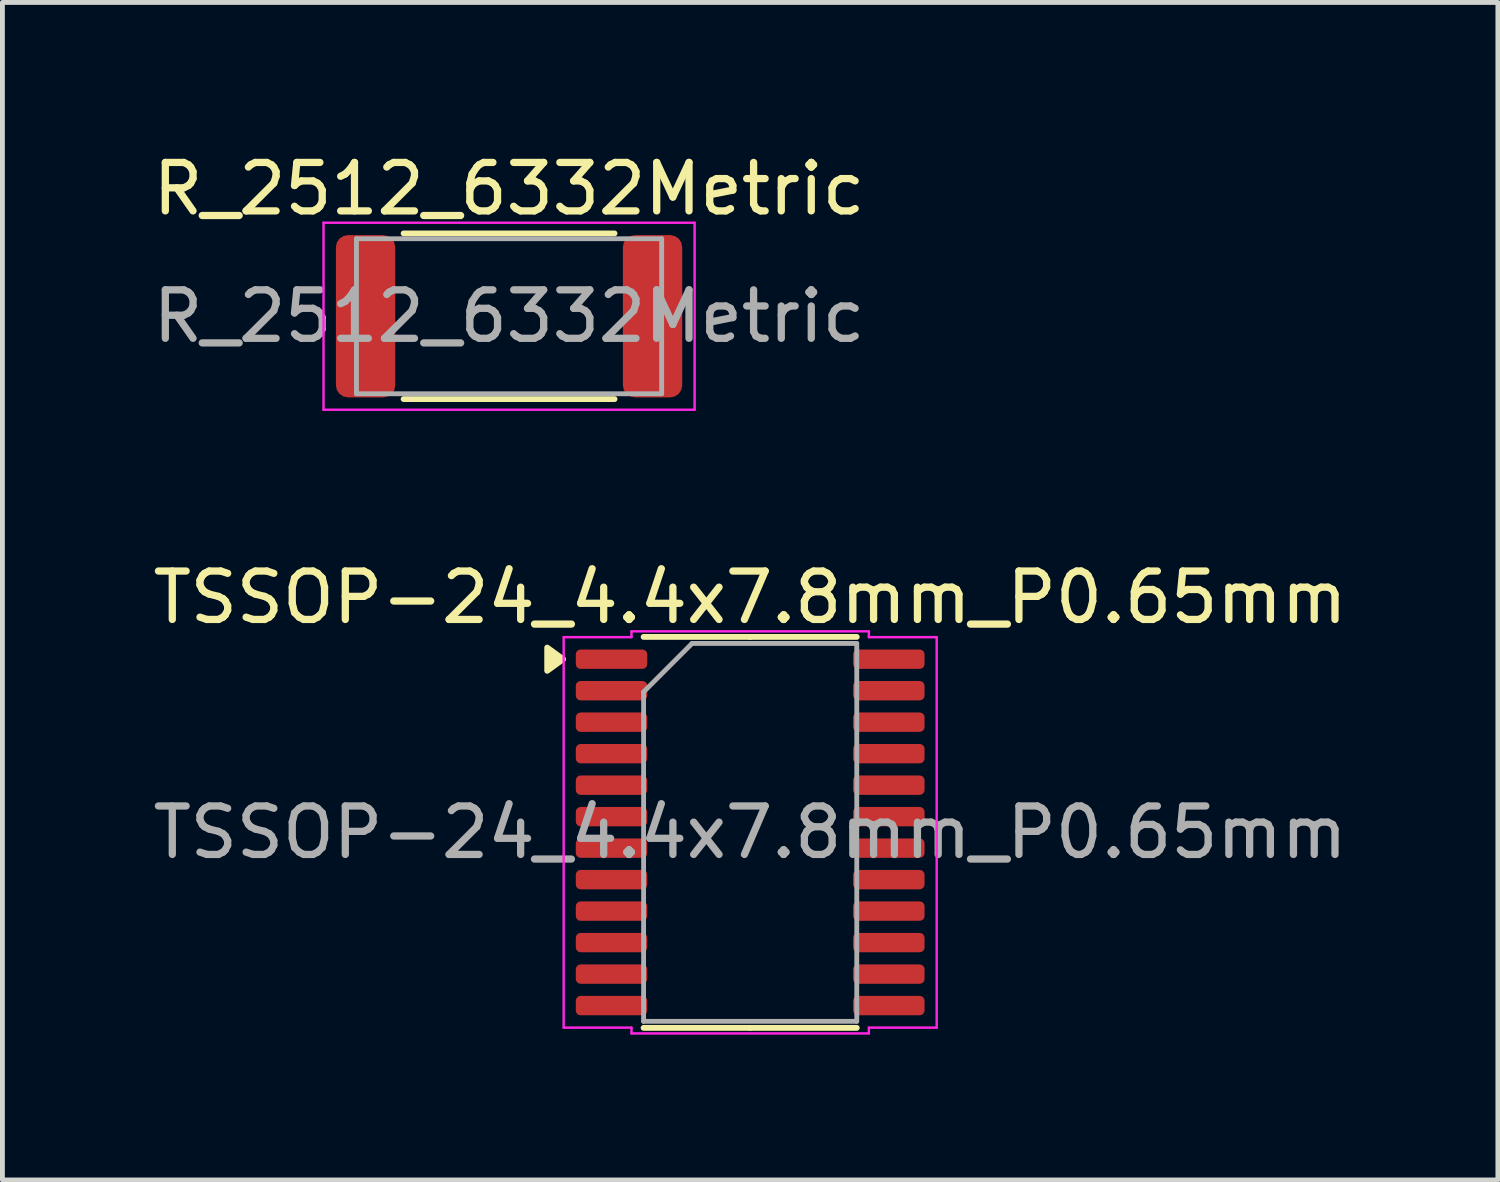
<source format=kicad_pcb>
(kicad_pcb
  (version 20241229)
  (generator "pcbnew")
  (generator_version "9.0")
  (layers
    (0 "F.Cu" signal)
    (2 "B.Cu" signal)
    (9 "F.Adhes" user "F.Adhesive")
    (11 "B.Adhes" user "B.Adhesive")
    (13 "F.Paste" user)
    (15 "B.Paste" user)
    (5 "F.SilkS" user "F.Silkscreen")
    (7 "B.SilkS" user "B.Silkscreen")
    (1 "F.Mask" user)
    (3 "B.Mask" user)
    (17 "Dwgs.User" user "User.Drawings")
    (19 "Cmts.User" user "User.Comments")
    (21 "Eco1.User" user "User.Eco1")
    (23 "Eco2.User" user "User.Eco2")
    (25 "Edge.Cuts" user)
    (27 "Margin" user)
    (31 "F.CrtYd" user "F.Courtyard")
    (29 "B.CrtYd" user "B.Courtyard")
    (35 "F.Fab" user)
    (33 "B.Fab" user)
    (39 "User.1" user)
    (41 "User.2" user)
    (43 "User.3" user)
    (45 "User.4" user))
  (footprint "TSSOP-24_4.4x7.8mm_P0.65mm"
    (layer "F.Cu")
    (at 12.435 14.132)
    (property "Reference" "TSSOP-24_4.4x7.8mm_P0.65mm" (at 0 -4.85 0) (layer "F.SilkS") (effects (font (size 1 1) (thickness 0.15))))
    (attr smd)
    (fp_line (start 0 -4.035) (end -2.2 -4.035) (stroke (width 0.12) (type solid)) (layer "F.SilkS"))
    (fp_line (start 0 -4.035) (end 2.2 -4.035) (stroke (width 0.12) (type solid)) (layer "F.SilkS"))
    (fp_line (start 0 4.035) (end -2.2 4.035) (stroke (width 0.12) (type solid)) (layer "F.SilkS"))
    (fp_line (start 0 4.035) (end 2.2 4.035) (stroke (width 0.12) (type solid)) (layer "F.SilkS"))
    (fp_poly (pts (xy -3.86 -3.575) (xy -4.19 -3.335) (xy -4.19 -3.815)) (stroke (width 0.12) (type solid)) (fill yes) (layer "F.SilkS"))
    (fp_line (start -3.85 -4.03) (end -2.45 -4.03) (stroke (width 0.05) (type solid)) (layer "F.CrtYd"))
    (fp_line (start -3.85 4.03) (end -3.85 -4.03) (stroke (width 0.05) (type solid)) (layer "F.CrtYd"))
    (fp_line (start -2.45 -4.15) (end 2.45 -4.15) (stroke (width 0.05) (type solid)) (layer "F.CrtYd"))
    (fp_line (start -2.45 -4.03) (end -2.45 -4.15) (stroke (width 0.05) (type solid)) (layer "F.CrtYd"))
    (fp_line (start -2.45 4.03) (end -3.85 4.03) (stroke (width 0.05) (type solid)) (layer "F.CrtYd"))
    (fp_line (start -2.45 4.15) (end -2.45 4.03) (stroke (width 0.05) (type solid)) (layer "F.CrtYd"))
    (fp_line (start 2.45 -4.15) (end 2.45 -4.03) (stroke (width 0.05) (type solid)) (layer "F.CrtYd"))
    (fp_line (start 2.45 -4.03) (end 3.85 -4.03) (stroke (width 0.05) (type solid)) (layer "F.CrtYd"))
    (fp_line (start 2.45 4.03) (end 2.45 4.15) (stroke (width 0.05) (type solid)) (layer "F.CrtYd"))
    (fp_line (start 2.45 4.15) (end -2.45 4.15) (stroke (width 0.05) (type solid)) (layer "F.CrtYd"))
    (fp_line (start 3.85 -4.03) (end 3.85 4.03) (stroke (width 0.05) (type solid)) (layer "F.CrtYd"))
    (fp_line (start 3.85 4.03) (end 2.45 4.03) (stroke (width 0.05) (type solid)) (layer "F.CrtYd"))
    (fp_line (start -2.2 -2.9) (end -1.2 -3.9) (stroke (width 0.1) (type solid)) (layer "F.Fab"))
    (fp_line (start -2.2 3.9) (end -2.2 -2.9) (stroke (width 0.1) (type solid)) (layer "F.Fab"))
    (fp_line (start -1.2 -3.9) (end 2.2 -3.9) (stroke (width 0.1) (type solid)) (layer "F.Fab"))
    (fp_line (start 2.2 -3.9) (end 2.2 3.9) (stroke (width 0.1) (type solid)) (layer "F.Fab"))
    (fp_line (start 2.2 3.9) (end -2.2 3.9) (stroke (width 0.1) (type solid)) (layer "F.Fab"))
    (fp_text user "${REFERENCE}" (at 0 0 0) (layer "F.Fab") (effects (font (size 1 1) (thickness 0.15))))
    (pad "1" smd roundrect (at -2.862 -3.575) (size 1.475 0.4) (layers "F.Cu" "F.Mask" "F.Paste") (roundrect_rratio 0.25))
    (pad "2" smd roundrect (at -2.862 -2.925) (size 1.475 0.4) (layers "F.Cu" "F.Mask" "F.Paste") (roundrect_rratio 0.25))
    (pad "3" smd roundrect (at -2.862 -2.275) (size 1.475 0.4) (layers "F.Cu" "F.Mask" "F.Paste") (roundrect_rratio 0.25))
    (pad "4" smd roundrect (at -2.862 -1.625) (size 1.475 0.4) (layers "F.Cu" "F.Mask" "F.Paste") (roundrect_rratio 0.25))
    (pad "5" smd roundrect (at -2.862 -0.975) (size 1.475 0.4) (layers "F.Cu" "F.Mask" "F.Paste") (roundrect_rratio 0.25))
    (pad "6" smd roundrect (at -2.862 -0.325) (size 1.475 0.4) (layers "F.Cu" "F.Mask" "F.Paste") (roundrect_rratio 0.25))
    (pad "7" smd roundrect (at -2.862 0.325) (size 1.475 0.4) (layers "F.Cu" "F.Mask" "F.Paste") (roundrect_rratio 0.25))
    (pad "8" smd roundrect (at -2.862 0.975) (size 1.475 0.4) (layers "F.Cu" "F.Mask" "F.Paste") (roundrect_rratio 0.25))
    (pad "9" smd roundrect (at -2.862 1.625) (size 1.475 0.4) (layers "F.Cu" "F.Mask" "F.Paste") (roundrect_rratio 0.25))
    (pad "10" smd roundrect (at -2.862 2.275) (size 1.475 0.4) (layers "F.Cu" "F.Mask" "F.Paste") (roundrect_rratio 0.25))
    (pad "11" smd roundrect (at -2.862 2.925) (size 1.475 0.4) (layers "F.Cu" "F.Mask" "F.Paste") (roundrect_rratio 0.25))
    (pad "12" smd roundrect (at -2.862 3.575) (size 1.475 0.4) (layers "F.Cu" "F.Mask" "F.Paste") (roundrect_rratio 0.25))
    (pad "13" smd roundrect (at 2.862 3.575) (size 1.475 0.4) (layers "F.Cu" "F.Mask" "F.Paste") (roundrect_rratio 0.25))
    (pad "14" smd roundrect (at 2.862 2.925) (size 1.475 0.4) (layers "F.Cu" "F.Mask" "F.Paste") (roundrect_rratio 0.25))
    (pad "15" smd roundrect (at 2.862 2.275) (size 1.475 0.4) (layers "F.Cu" "F.Mask" "F.Paste") (roundrect_rratio 0.25))
    (pad "16" smd roundrect (at 2.862 1.625) (size 1.475 0.4) (layers "F.Cu" "F.Mask" "F.Paste") (roundrect_rratio 0.25))
    (pad "17" smd roundrect (at 2.862 0.975) (size 1.475 0.4) (layers "F.Cu" "F.Mask" "F.Paste") (roundrect_rratio 0.25))
    (pad "18" smd roundrect (at 2.862 0.325) (size 1.475 0.4) (layers "F.Cu" "F.Mask" "F.Paste") (roundrect_rratio 0.25))
    (pad "19" smd roundrect (at 2.862 -0.325) (size 1.475 0.4) (layers "F.Cu" "F.Mask" "F.Paste") (roundrect_rratio 0.25))
    (pad "20" smd roundrect (at 2.862 -0.975) (size 1.475 0.4) (layers "F.Cu" "F.Mask" "F.Paste") (roundrect_rratio 0.25))
    (pad "21" smd roundrect (at 2.862 -1.625) (size 1.475 0.4) (layers "F.Cu" "F.Mask" "F.Paste") (roundrect_rratio 0.25))
    (pad "22" smd roundrect (at 2.862 -2.275) (size 1.475 0.4) (layers "F.Cu" "F.Mask" "F.Paste") (roundrect_rratio 0.25))
    (pad "23" smd roundrect (at 2.862 -2.925) (size 1.475 0.4) (layers "F.Cu" "F.Mask" "F.Paste") (roundrect_rratio 0.25))
    (pad "24" smd roundrect (at 2.862 -3.575) (size 1.475 0.4) (layers "F.Cu" "F.Mask" "F.Paste") (roundrect_rratio 0.25)))
  (footprint "R_2512_6332Metric"
    (layer "F.Cu")
    (at 7.458 3.478)
    (property "Reference" "R_2512_6332Metric" (at 0 -2.63 0) (layer "F.SilkS") (effects (font (size 1 1) (thickness 0.15))))
    (attr smd)
    (fp_line (start -2.177 -1.71) (end 2.177 -1.71) (stroke (width 0.12) (type solid)) (layer "F.SilkS"))
    (fp_line (start -2.177 1.71) (end 2.177 1.71) (stroke (width 0.12) (type solid)) (layer "F.SilkS"))
    (fp_line (start -3.83 -1.93) (end 3.83 -1.93) (stroke (width 0.05) (type solid)) (layer "F.CrtYd"))
    (fp_line (start -3.83 1.93) (end -3.83 -1.93) (stroke (width 0.05) (type solid)) (layer "F.CrtYd"))
    (fp_line (start 3.83 -1.93) (end 3.83 1.93) (stroke (width 0.05) (type solid)) (layer "F.CrtYd"))
    (fp_line (start 3.83 1.93) (end -3.83 1.93) (stroke (width 0.05) (type solid)) (layer "F.CrtYd"))
    (fp_line (start -3.15 -1.6) (end 3.15 -1.6) (stroke (width 0.1) (type solid)) (layer "F.Fab"))
    (fp_line (start -3.15 1.6) (end -3.15 -1.6) (stroke (width 0.1) (type solid)) (layer "F.Fab"))
    (fp_line (start 3.15 -1.6) (end 3.15 1.6) (stroke (width 0.1) (type solid)) (layer "F.Fab"))
    (fp_line (start 3.15 1.6) (end -3.15 1.6) (stroke (width 0.1) (type solid)) (layer "F.Fab"))
    (fp_text user "${REFERENCE}" (at 0 0 0) (layer "F.Fab") (effects (font (size 1 1) (thickness 0.15))))
    (pad "1" smd roundrect (at -2.962 0) (size 1.225 3.35) (layers "F.Cu" "F.Mask" "F.Paste") (roundrect_rratio 0.204))
    (pad "2" smd roundrect (at 2.962 0) (size 1.225 3.35) (layers "F.Cu" "F.Mask" "F.Paste") (roundrect_rratio 0.204)))
  (gr_rect
    (start -3 -3)
    (end 27.869 21.306)
    (stroke (width 0.1) (type default))
    (fill no)
    (layer "Edge.Cuts")))
</source>
